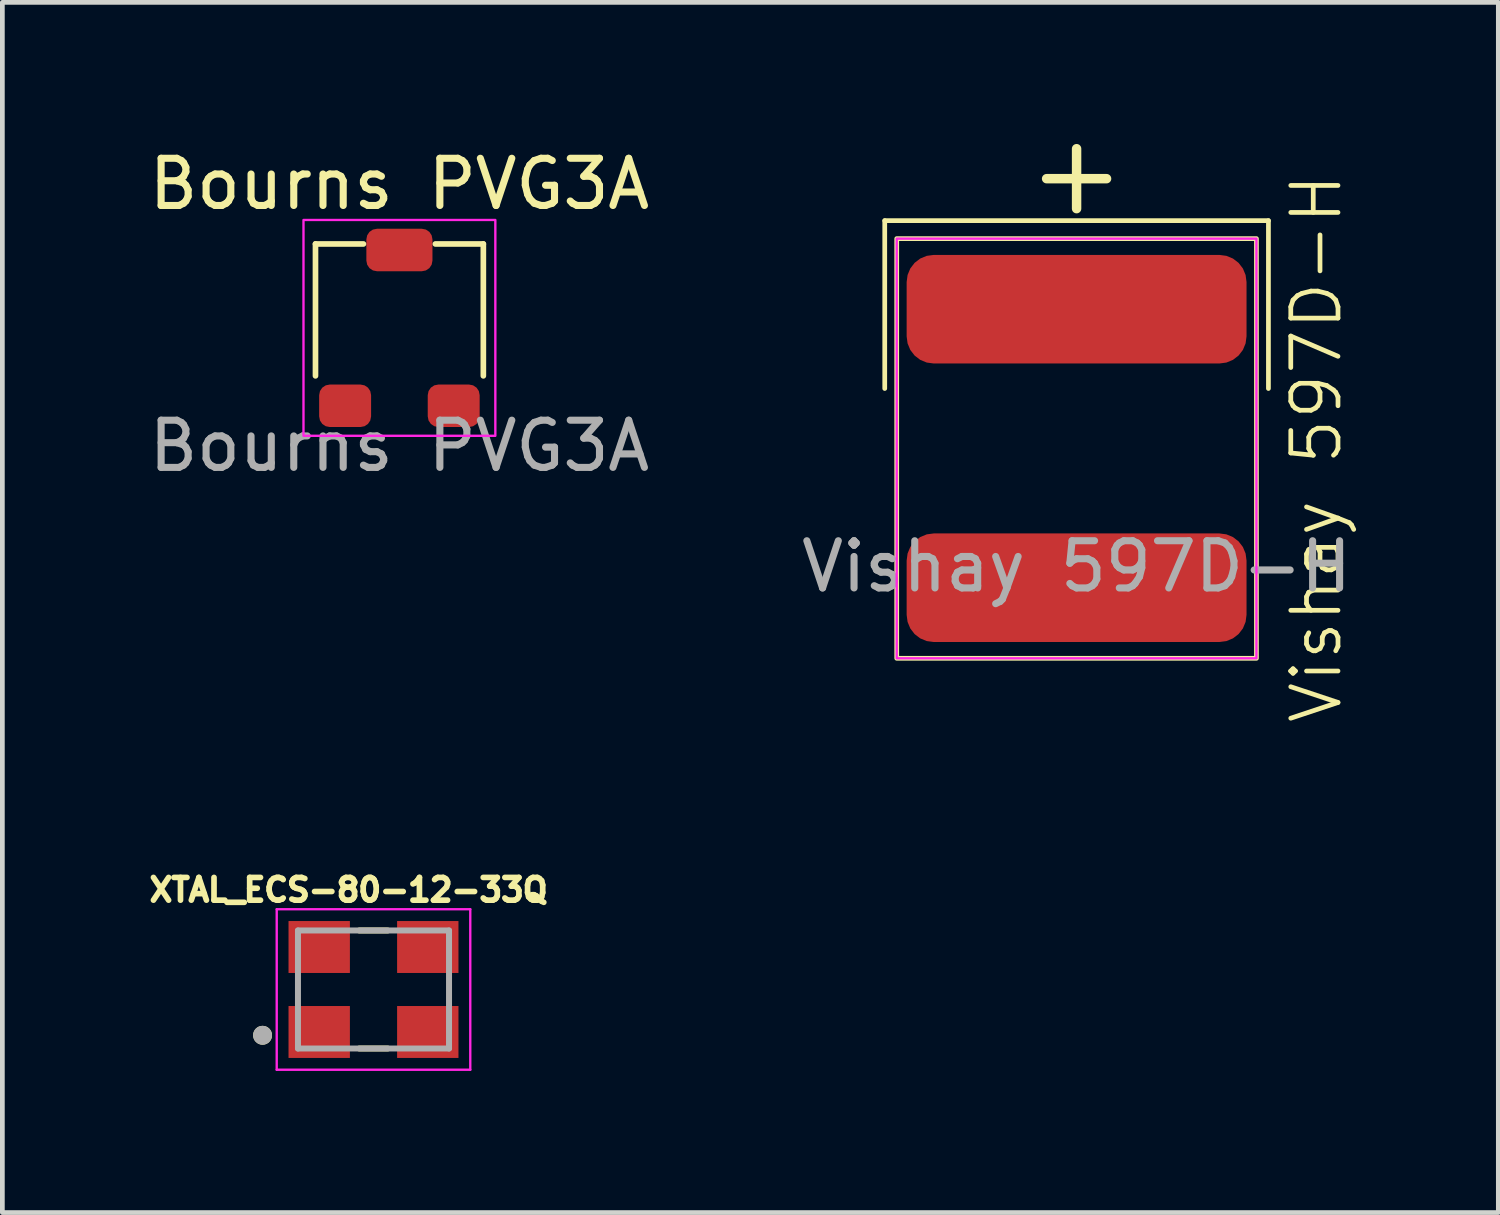
<source format=kicad_pcb>
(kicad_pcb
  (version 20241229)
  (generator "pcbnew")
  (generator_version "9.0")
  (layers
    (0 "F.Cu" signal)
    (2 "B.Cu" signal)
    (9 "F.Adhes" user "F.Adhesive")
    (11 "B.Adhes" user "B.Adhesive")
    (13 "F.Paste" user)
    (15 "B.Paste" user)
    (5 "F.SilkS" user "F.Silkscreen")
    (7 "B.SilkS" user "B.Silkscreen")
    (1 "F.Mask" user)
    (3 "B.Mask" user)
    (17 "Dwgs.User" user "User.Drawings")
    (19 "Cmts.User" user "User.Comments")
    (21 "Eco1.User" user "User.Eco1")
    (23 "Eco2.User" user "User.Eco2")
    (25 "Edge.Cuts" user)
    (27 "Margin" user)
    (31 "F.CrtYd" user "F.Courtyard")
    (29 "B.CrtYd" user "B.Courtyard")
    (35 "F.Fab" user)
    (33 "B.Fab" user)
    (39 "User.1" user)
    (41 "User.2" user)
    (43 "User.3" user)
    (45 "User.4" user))
  (footprint "Vishay 597D-H"
    (layer "F.Cu")
    (at 19.756 6.45)
    (property "Reference" "Vishay 597D-H" (at 5.08 0 90) (unlocked yes) (layer "F.SilkS") (effects (font (size 1 1) (thickness 0.1))))
    (attr smd)
    (fp_line (start -4.064 -4.826) (end -4.064 -1.27) (stroke (width 0.1) (type default)) (layer "F.SilkS"))
    (fp_line (start -4.064 -4.826) (end 4.064 -4.826) (stroke (width 0.1) (type default)) (layer "F.SilkS"))
    (fp_line (start -0.635 -5.715) (end 0.635 -5.715) (stroke (width 0.2) (type default)) (layer "F.SilkS"))
    (fp_line (start 0 -6.35) (end 0 -5.08) (stroke (width 0.2) (type default)) (layer "F.SilkS"))
    (fp_line (start 4.064 -4.826) (end 4.064 -1.27) (stroke (width 0.1) (type default)) (layer "F.SilkS"))
    (fp_rect (start -3.81 -4.445) (end 3.81 4.445) (stroke (width 0.1) (type default)) (fill no) (layer "F.SilkS"))
    (fp_rect (start -3.81 -4.445) (end 3.81 4.445) (stroke (width 0.05) (type default)) (fill no) (layer "F.CrtYd"))
    (fp_text user "${REFERENCE}" (at 0 2.5 0) (unlocked yes) (layer "F.Fab") (effects (font (size 1 1) (thickness 0.15))))
    (pad "1" smd roundrect (at 0 -2.95) (size 7.2 2.3) (layers "F.Cu" "F.Mask" "F.Paste") (roundrect_rratio 0.25))
    (pad "2" smd roundrect (at 0 2.95) (size 7.2 2.3) (layers "F.Cu" "F.Mask" "F.Paste") (roundrect_rratio 0.25)))
  (footprint "Bourns PVG3A"
    (layer "F.Cu")
    (at 5.411 3.896)
    (property "Reference" "Bourns PVG3A" (at 0 -3.048 0) (unlocked yes) (layer "F.SilkS") (effects (font (size 1 1) (thickness 0.15))))
    (attr smd)
    (fp_line (start -1.778 -1.778) (end -1.778 1.016) (stroke (width 0.12) (type solid)) (layer "F.SilkS"))
    (fp_line (start -0.762 -1.778) (end -1.778 -1.778) (stroke (width 0.12) (type solid)) (layer "F.SilkS"))
    (fp_line (start 0.762 -1.778) (end 1.778 -1.778) (stroke (width 0.12) (type solid)) (layer "F.SilkS"))
    (fp_line (start 1.778 -1.778) (end 1.778 1.016) (stroke (width 0.12) (type solid)) (layer "F.SilkS"))
    (fp_rect (start -2.032 -2.286) (end 2.032 2.286) (stroke (width 0.05) (type solid)) (fill no) (layer "F.CrtYd"))
    (fp_text user "${REFERENCE}" (at 0 2.5 0) (unlocked yes) (layer "F.Fab") (effects (font (size 1 1) (thickness 0.15))))
    (pad "1" smd roundrect (at 1.15 1.65) (size 1.1 0.9) (layers "F.Cu" "F.Mask" "F.Paste") (roundrect_rratio 0.25))
    (pad "2" smd roundrect (at 0 -1.65) (size 1.4 0.9) (layers "F.Cu" "F.Mask" "F.Paste") (roundrect_rratio 0.25))
    (pad "3" smd roundrect (at -1.15 1.65) (size 1.1 0.9) (layers "F.Cu" "F.Mask" "F.Paste") (roundrect_rratio 0.25)))
  (footprint "XTAL_ECS-80-12-33Q"
    (layer "F.Cu")
    (at 4.862 17.911)
    (property "Reference" "XTAL_ECS-80-12-33Q" (at -0.527 -2.109 0) (layer "F.SilkS") (effects (font (size 0.481 0.481) (thickness 0.15))))
    (attr smd)
    (fp_line (start -0.3 1.25) (end 0.3 1.25) (stroke (width 0.127) (type solid)) (layer "F.SilkS"))
    (fp_line (start 0.3 -1.25) (end -0.3 -1.25) (stroke (width 0.127) (type solid)) (layer "F.SilkS"))
    (fp_circle (center -2.35 0.97) (end -2.25 0.97) (stroke (width 0.2) (type solid)) (fill no) (layer "F.SilkS"))
    (fp_line (start -2.05 -1.7) (end -2.05 1.7) (stroke (width 0.05) (type solid)) (layer "F.CrtYd"))
    (fp_line (start -2.05 1.7) (end 2.05 1.7) (stroke (width 0.05) (type solid)) (layer "F.CrtYd"))
    (fp_line (start 2.05 -1.7) (end -2.05 -1.7) (stroke (width 0.05) (type solid)) (layer "F.CrtYd"))
    (fp_line (start 2.05 1.7) (end 2.05 -1.7) (stroke (width 0.05) (type solid)) (layer "F.CrtYd"))
    (fp_line (start -1.6 -1.25) (end -1.6 1.25) (stroke (width 0.127) (type solid)) (layer "F.Fab"))
    (fp_line (start -1.6 1.25) (end 1.6 1.25) (stroke (width 0.127) (type solid)) (layer "F.Fab"))
    (fp_line (start 1.6 -1.25) (end -1.6 -1.25) (stroke (width 0.127) (type solid)) (layer "F.Fab"))
    (fp_line (start 1.6 1.25) (end 1.6 -1.25) (stroke (width 0.127) (type solid)) (layer "F.Fab"))
    (fp_circle (center -2.35 0.97) (end -2.25 0.97) (stroke (width 0.2) (type solid)) (fill no) (layer "F.Fab"))
    (pad "1" smd rect (at -1.15 0.9 90) (size 1.1 1.3) (layers "F.Cu" "F.Mask" "F.Paste"))
    (pad "2" smd rect (at 1.15 0.9 90) (size 1.1 1.3) (layers "F.Cu" "F.Mask" "F.Paste"))
    (pad "3" smd rect (at 1.15 -0.9 90) (size 1.1 1.3) (layers "F.Cu" "F.Mask" "F.Paste"))
    (pad "4" smd rect (at -1.15 -0.9 90) (size 1.1 1.3) (layers "F.Cu" "F.Mask" "F.Paste")))
  (gr_rect
    (start -3 -3)
    (end 28.69 22.636)
    (stroke (width 0.1) (type default))
    (fill no)
    (layer "Edge.Cuts")))
</source>
